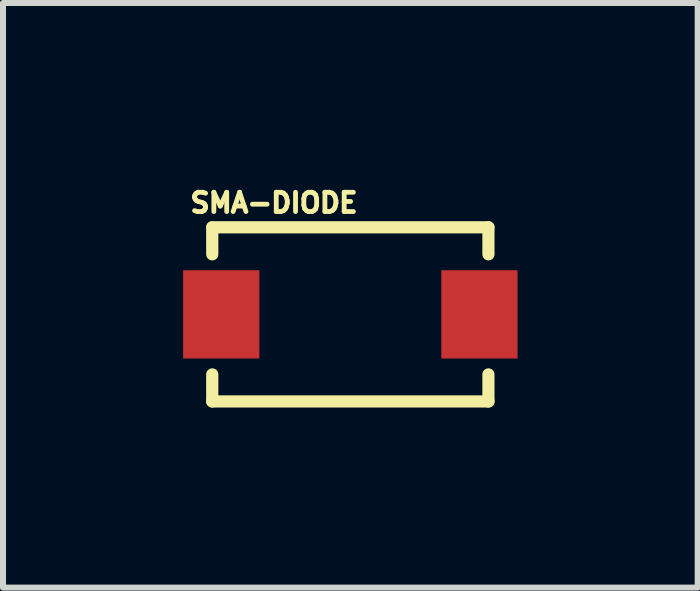
<source format=kicad_pcb>
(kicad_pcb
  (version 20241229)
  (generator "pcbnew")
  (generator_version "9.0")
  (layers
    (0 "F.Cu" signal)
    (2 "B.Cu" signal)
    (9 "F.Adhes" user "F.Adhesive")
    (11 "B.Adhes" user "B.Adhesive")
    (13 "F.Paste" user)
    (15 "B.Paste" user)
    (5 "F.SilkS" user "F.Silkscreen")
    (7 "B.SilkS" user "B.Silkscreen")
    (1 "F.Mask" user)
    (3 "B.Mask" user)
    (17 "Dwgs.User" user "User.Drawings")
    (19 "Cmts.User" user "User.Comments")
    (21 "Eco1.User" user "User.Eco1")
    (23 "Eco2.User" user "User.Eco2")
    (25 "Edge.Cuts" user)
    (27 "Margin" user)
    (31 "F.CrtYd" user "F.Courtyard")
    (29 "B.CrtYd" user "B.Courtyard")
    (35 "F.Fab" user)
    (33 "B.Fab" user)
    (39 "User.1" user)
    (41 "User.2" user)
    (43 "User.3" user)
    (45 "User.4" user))
  (footprint "SMA-DIODE"
    (layer "F.Cu")
    (at 2.785 2.186)
    (property "Reference" "SMA-DIODE" (at -1.272 -1.857 0) (layer "F.SilkS") (effects (font (size 0.321 0.321) (thickness 0.15))))
    (attr smd)
    (fp_line (start -2.3 -1.45) (end 2.3 -1.45) (stroke (width 0.203) (type solid)) (layer "F.SilkS"))
    (fp_line (start -2.3 -1) (end -2.3 -1.45) (stroke (width 0.203) (type solid)) (layer "F.SilkS"))
    (fp_line (start -2.3 1.45) (end -2.3 1) (stroke (width 0.203) (type solid)) (layer "F.SilkS"))
    (fp_line (start 2.3 -1.45) (end 2.3 -1) (stroke (width 0.203) (type solid)) (layer "F.SilkS"))
    (fp_line (start 2.3 1) (end 2.3 1.45) (stroke (width 0.203) (type solid)) (layer "F.SilkS"))
    (fp_line (start 2.3 1.45) (end -2.3 1.45) (stroke (width 0.203) (type solid)) (layer "F.SilkS"))
    (pad "A" smd rect (at -2.15 0) (size 1.27 1.47) (layers "F.Cu" "F.Mask" "F.Paste"))
    (pad "C" smd rect (at 2.15 0) (size 1.27 1.47) (layers "F.Cu" "F.Mask" "F.Paste")))
  (gr_rect
    (start -3 -3)
    (end 8.57 6.737)
    (stroke (width 0.1) (type default))
    (fill no)
    (layer "Edge.Cuts")))
</source>
